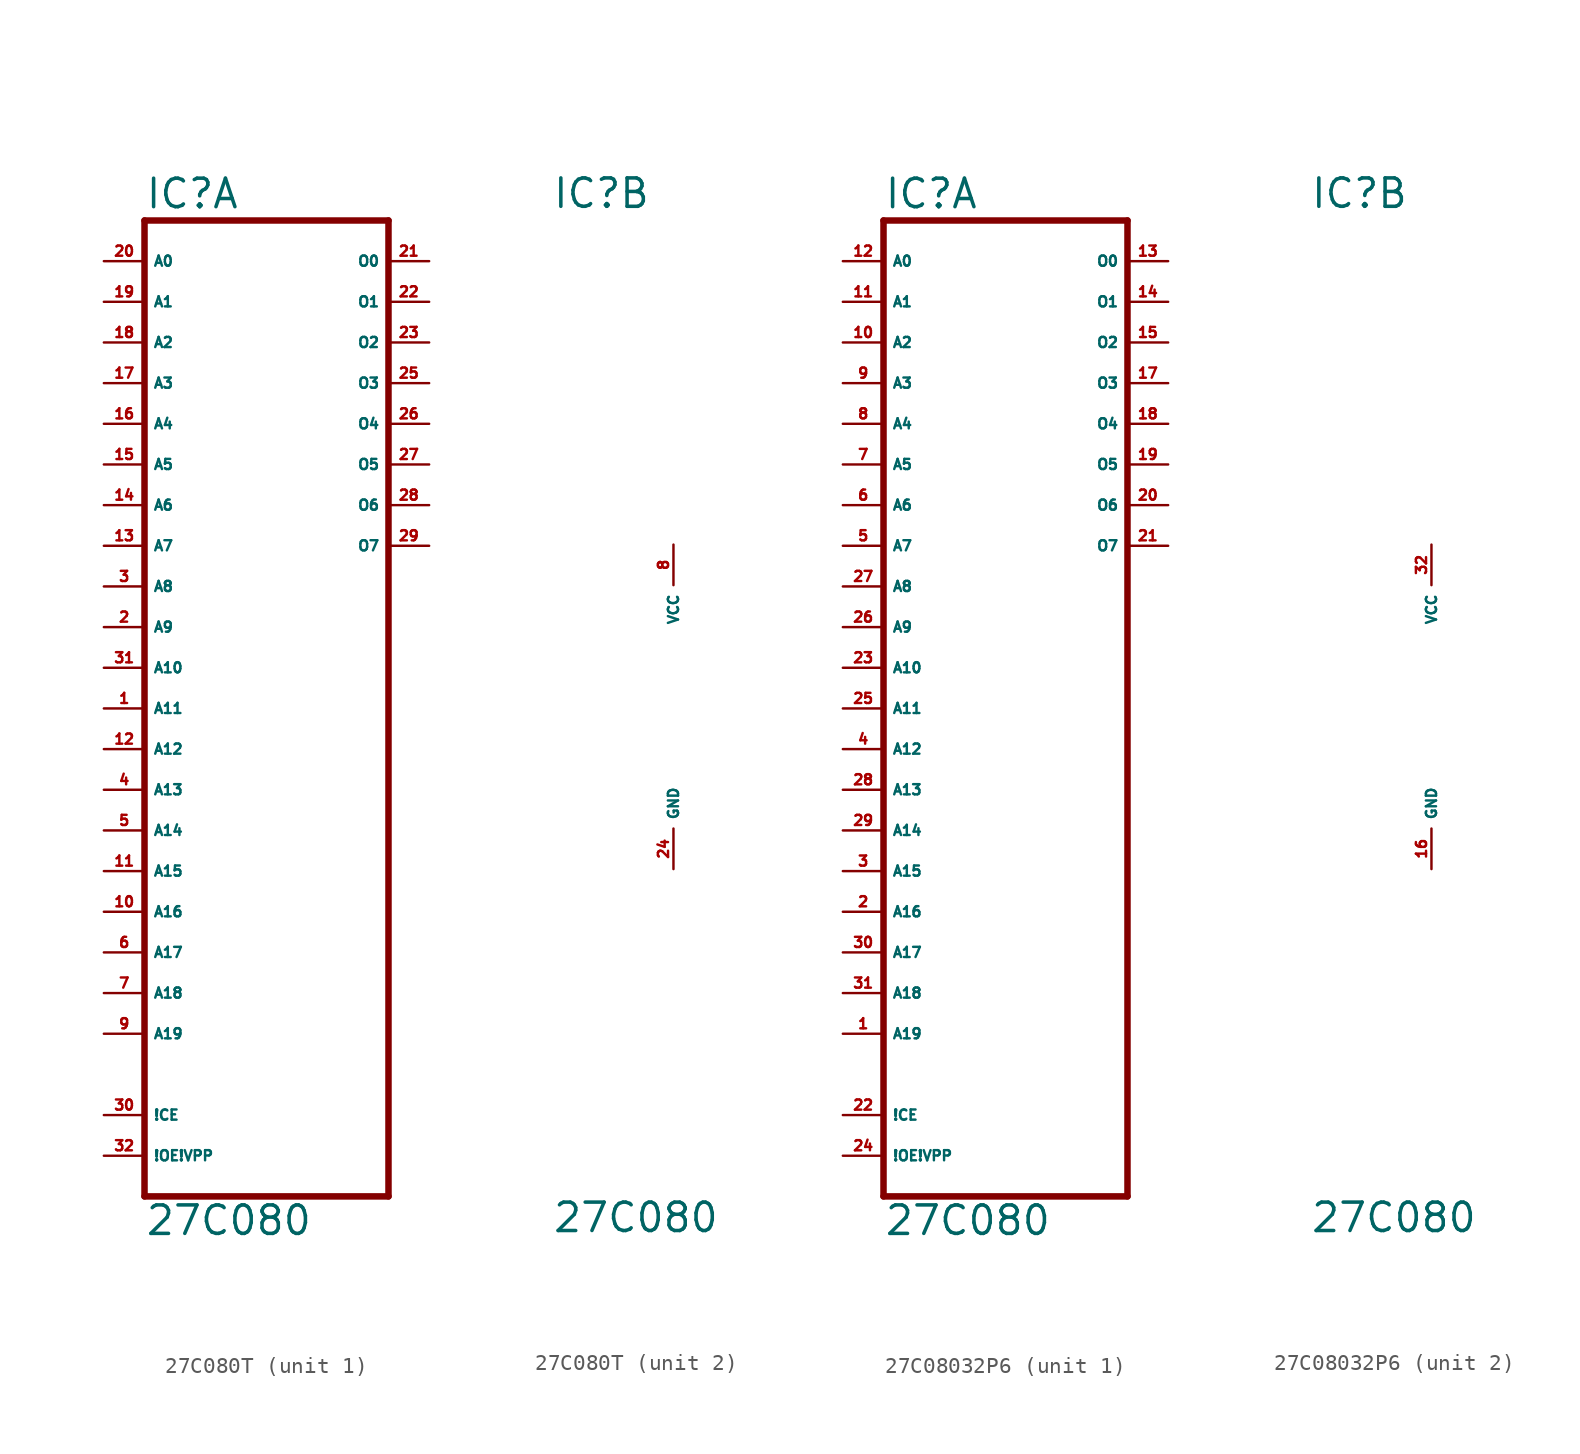
<source format=kicad_sym>
(kicad_symbol_lib
  (version 20220914)
  (generator Eagle2Kicad)
  (symbol "27C080T"
    (property "Reference" "IC"
      (at -7.62 31.115 0)
      (effects (font (size 1.778 1.778) (thickness 0.22)) (justify left bottom)))
    (property "Value" "27C080"
      (at -7.62 -33.02 0)
      (effects (font (size 1.778 1.778) (thickness 0.22)) (justify left bottom)))
    (symbol "27C080T_1_0"
      (polyline (pts (xy -7.62 -30.48) (xy 7.62 -30.48)) (stroke (width 0.406) (type default)) (fill (type none)))
      (polyline (pts (xy 7.62 -30.48) (xy 7.62 30.48)) (stroke (width 0.406) (type default)) (fill (type none)))
      (polyline (pts (xy 7.62 30.48) (xy -7.62 30.48)) (stroke (width 0.406) (type default)) (fill (type none)))
      (polyline (pts (xy -7.62 30.48) (xy -7.62 -30.48)) (stroke (width 0.406) (type default)) (fill (type none)))
      (pin input line (at -10.16 -12.7 0) (length 2.54) (name "A16" (effects (font (size 0.635 0.635) (thickness 0.08)) (justify left bottom))) (number "10" (effects (font (size 0.635 0.635) (thickness 0.08)) (justify left bottom))))
      (pin input line (at -10.16 -10.16 0) (length 2.54) (name "A15" (effects (font (size 0.635 0.635) (thickness 0.08)) (justify left bottom))) (number "11" (effects (font (size 0.635 0.635) (thickness 0.08)) (justify left bottom))))
      (pin input line (at -10.16 -2.54 0) (length 2.54) (name "A12" (effects (font (size 0.635 0.635) (thickness 0.08)) (justify left bottom))) (number "12" (effects (font (size 0.635 0.635) (thickness 0.08)) (justify left bottom))))
      (pin input line (at -10.16 10.16 0) (length 2.54) (name "A7" (effects (font (size 0.635 0.635) (thickness 0.08)) (justify left bottom))) (number "13" (effects (font (size 0.635 0.635) (thickness 0.08)) (justify left bottom))))
      (pin input line (at -10.16 12.7 0) (length 2.54) (name "A6" (effects (font (size 0.635 0.635) (thickness 0.08)) (justify left bottom))) (number "14" (effects (font (size 0.635 0.635) (thickness 0.08)) (justify left bottom))))
      (pin input line (at -10.16 15.24 0) (length 2.54) (name "A5" (effects (font (size 0.635 0.635) (thickness 0.08)) (justify left bottom))) (number "15" (effects (font (size 0.635 0.635) (thickness 0.08)) (justify left bottom))))
      (pin input line (at -10.16 17.78 0) (length 2.54) (name "A4" (effects (font (size 0.635 0.635) (thickness 0.08)) (justify left bottom))) (number "16" (effects (font (size 0.635 0.635) (thickness 0.08)) (justify left bottom))))
      (pin input line (at -10.16 20.32 0) (length 2.54) (name "A3" (effects (font (size 0.635 0.635) (thickness 0.08)) (justify left bottom))) (number "17" (effects (font (size 0.635 0.635) (thickness 0.08)) (justify left bottom))))
      (pin input line (at -10.16 22.86 0) (length 2.54) (name "A2" (effects (font (size 0.635 0.635) (thickness 0.08)) (justify left bottom))) (number "18" (effects (font (size 0.635 0.635) (thickness 0.08)) (justify left bottom))))
      (pin input line (at -10.16 25.4 0) (length 2.54) (name "A1" (effects (font (size 0.635 0.635) (thickness 0.08)) (justify left bottom))) (number "19" (effects (font (size 0.635 0.635) (thickness 0.08)) (justify left bottom))))
      (pin input line (at -10.16 27.94 0) (length 2.54) (name "A0" (effects (font (size 0.635 0.635) (thickness 0.08)) (justify left bottom))) (number "20" (effects (font (size 0.635 0.635) (thickness 0.08)) (justify left bottom))))
      (pin tri_state line (at 10.16 27.94 180) (length 2.54) (name "O0" (effects (font (size 0.635 0.635) (thickness 0.08)) (justify left bottom))) (number "21" (effects (font (size 0.635 0.635) (thickness 0.08)) (justify left bottom))))
      (pin tri_state line (at 10.16 25.4 180) (length 2.54) (name "O1" (effects (font (size 0.635 0.635) (thickness 0.08)) (justify left bottom))) (number "22" (effects (font (size 0.635 0.635) (thickness 0.08)) (justify left bottom))))
      (pin tri_state line (at 10.16 22.86 180) (length 2.54) (name "O2" (effects (font (size 0.635 0.635) (thickness 0.08)) (justify left bottom))) (number "23" (effects (font (size 0.635 0.635) (thickness 0.08)) (justify left bottom))))
      (pin tri_state line (at 10.16 20.32 180) (length 2.54) (name "O3" (effects (font (size 0.635 0.635) (thickness 0.08)) (justify left bottom))) (number "25" (effects (font (size 0.635 0.635) (thickness 0.08)) (justify left bottom))))
      (pin tri_state line (at 10.16 17.78 180) (length 2.54) (name "O4" (effects (font (size 0.635 0.635) (thickness 0.08)) (justify left bottom))) (number "26" (effects (font (size 0.635 0.635) (thickness 0.08)) (justify left bottom))))
      (pin tri_state line (at 10.16 15.24 180) (length 2.54) (name "O5" (effects (font (size 0.635 0.635) (thickness 0.08)) (justify left bottom))) (number "27" (effects (font (size 0.635 0.635) (thickness 0.08)) (justify left bottom))))
      (pin tri_state line (at 10.16 12.7 180) (length 2.54) (name "O6" (effects (font (size 0.635 0.635) (thickness 0.08)) (justify left bottom))) (number "28" (effects (font (size 0.635 0.635) (thickness 0.08)) (justify left bottom))))
      (pin tri_state line (at 10.16 10.16 180) (length 2.54) (name "O7" (effects (font (size 0.635 0.635) (thickness 0.08)) (justify left bottom))) (number "29" (effects (font (size 0.635 0.635) (thickness 0.08)) (justify left bottom))))
      (pin input line (at -10.16 -25.4 0) (length 2.54) (name "!CE" (effects (font (size 0.635 0.635) (thickness 0.08)) (justify left bottom))) (number "30" (effects (font (size 0.635 0.635) (thickness 0.08)) (justify left bottom))))
      (pin input line (at -10.16 2.54 0) (length 2.54) (name "A10" (effects (font (size 0.635 0.635) (thickness 0.08)) (justify left bottom))) (number "31" (effects (font (size 0.635 0.635) (thickness 0.08)) (justify left bottom))))
      (pin input line (at -10.16 -27.94 0) (length 2.54) (name "!OE!VPP" (effects (font (size 0.635 0.635) (thickness 0.08)) (justify left bottom))) (number "32" (effects (font (size 0.635 0.635) (thickness 0.08)) (justify left bottom))))
      (pin input line (at -10.16 0 0) (length 2.54) (name "A11" (effects (font (size 0.635 0.635) (thickness 0.08)) (justify left bottom))) (number "1" (effects (font (size 0.635 0.635) (thickness 0.08)) (justify left bottom))))
      (pin input line (at -10.16 5.08 0) (length 2.54) (name "A9" (effects (font (size 0.635 0.635) (thickness 0.08)) (justify left bottom))) (number "2" (effects (font (size 0.635 0.635) (thickness 0.08)) (justify left bottom))))
      (pin input line (at -10.16 7.62 0) (length 2.54) (name "A8" (effects (font (size 0.635 0.635) (thickness 0.08)) (justify left bottom))) (number "3" (effects (font (size 0.635 0.635) (thickness 0.08)) (justify left bottom))))
      (pin input line (at -10.16 -5.08 0) (length 2.54) (name "A13" (effects (font (size 0.635 0.635) (thickness 0.08)) (justify left bottom))) (number "4" (effects (font (size 0.635 0.635) (thickness 0.08)) (justify left bottom))))
      (pin input line (at -10.16 -7.62 0) (length 2.54) (name "A14" (effects (font (size 0.635 0.635) (thickness 0.08)) (justify left bottom))) (number "5" (effects (font (size 0.635 0.635) (thickness 0.08)) (justify left bottom))))
      (pin input line (at -10.16 -15.24 0) (length 2.54) (name "A17" (effects (font (size 0.635 0.635) (thickness 0.08)) (justify left bottom))) (number "6" (effects (font (size 0.635 0.635) (thickness 0.08)) (justify left bottom))))
      (pin input line (at -10.16 -17.78 0) (length 2.54) (name "A18" (effects (font (size 0.635 0.635) (thickness 0.08)) (justify left bottom))) (number "7" (effects (font (size 0.635 0.635) (thickness 0.08)) (justify left bottom))))
      (pin input line (at -10.16 -20.32 0) (length 2.54) (name "A19" (effects (font (size 0.635 0.635) (thickness 0.08)) (justify left bottom))) (number "9" (effects (font (size 0.635 0.635) (thickness 0.08)) (justify left bottom)))))
    (symbol "27C080T_2_0"
      (pin unspecified line (at 0 -10.16 90) (length 2.54) (name "GND" (effects (font (size 0.635 0.635) (thickness 0.08)) (justify left bottom))) (number "24" (effects (font (size 0.635 0.635) (thickness 0.08)) (justify left bottom))))
      (pin unspecified line (at 0 10.16 270) (length 2.54) (name "VCC" (effects (font (size 0.635 0.635) (thickness 0.08)) (justify left bottom))) (number "8" (effects (font (size 0.635 0.635) (thickness 0.08)) (justify left bottom))))))
  (symbol "27C08032P6"
    (property "Reference" "IC"
      (at -7.62 31.115 0)
      (effects (font (size 1.778 1.778) (thickness 0.22)) (justify left bottom)))
    (property "Value" "27C080"
      (at -7.62 -33.02 0)
      (effects (font (size 1.778 1.778) (thickness 0.22)) (justify left bottom)))
    (symbol "27C08032P6_1_0"
      (polyline (pts (xy -7.62 -30.48) (xy 7.62 -30.48)) (stroke (width 0.406) (type default)) (fill (type none)))
      (polyline (pts (xy 7.62 -30.48) (xy 7.62 30.48)) (stroke (width 0.406) (type default)) (fill (type none)))
      (polyline (pts (xy 7.62 30.48) (xy -7.62 30.48)) (stroke (width 0.406) (type default)) (fill (type none)))
      (polyline (pts (xy -7.62 30.48) (xy -7.62 -30.48)) (stroke (width 0.406) (type default)) (fill (type none)))
      (pin input line (at -10.16 -12.7 0) (length 2.54) (name "A16" (effects (font (size 0.635 0.635) (thickness 0.08)) (justify left bottom))) (number "2" (effects (font (size 0.635 0.635) (thickness 0.08)) (justify left bottom))))
      (pin input line (at -10.16 -10.16 0) (length 2.54) (name "A15" (effects (font (size 0.635 0.635) (thickness 0.08)) (justify left bottom))) (number "3" (effects (font (size 0.635 0.635) (thickness 0.08)) (justify left bottom))))
      (pin input line (at -10.16 -2.54 0) (length 2.54) (name "A12" (effects (font (size 0.635 0.635) (thickness 0.08)) (justify left bottom))) (number "4" (effects (font (size 0.635 0.635) (thickness 0.08)) (justify left bottom))))
      (pin input line (at -10.16 10.16 0) (length 2.54) (name "A7" (effects (font (size 0.635 0.635) (thickness 0.08)) (justify left bottom))) (number "5" (effects (font (size 0.635 0.635) (thickness 0.08)) (justify left bottom))))
      (pin input line (at -10.16 12.7 0) (length 2.54) (name "A6" (effects (font (size 0.635 0.635) (thickness 0.08)) (justify left bottom))) (number "6" (effects (font (size 0.635 0.635) (thickness 0.08)) (justify left bottom))))
      (pin input line (at -10.16 15.24 0) (length 2.54) (name "A5" (effects (font (size 0.635 0.635) (thickness 0.08)) (justify left bottom))) (number "7" (effects (font (size 0.635 0.635) (thickness 0.08)) (justify left bottom))))
      (pin input line (at -10.16 17.78 0) (length 2.54) (name "A4" (effects (font (size 0.635 0.635) (thickness 0.08)) (justify left bottom))) (number "8" (effects (font (size 0.635 0.635) (thickness 0.08)) (justify left bottom))))
      (pin input line (at -10.16 20.32 0) (length 2.54) (name "A3" (effects (font (size 0.635 0.635) (thickness 0.08)) (justify left bottom))) (number "9" (effects (font (size 0.635 0.635) (thickness 0.08)) (justify left bottom))))
      (pin input line (at -10.16 22.86 0) (length 2.54) (name "A2" (effects (font (size 0.635 0.635) (thickness 0.08)) (justify left bottom))) (number "10" (effects (font (size 0.635 0.635) (thickness 0.08)) (justify left bottom))))
      (pin input line (at -10.16 25.4 0) (length 2.54) (name "A1" (effects (font (size 0.635 0.635) (thickness 0.08)) (justify left bottom))) (number "11" (effects (font (size 0.635 0.635) (thickness 0.08)) (justify left bottom))))
      (pin input line (at -10.16 27.94 0) (length 2.54) (name "A0" (effects (font (size 0.635 0.635) (thickness 0.08)) (justify left bottom))) (number "12" (effects (font (size 0.635 0.635) (thickness 0.08)) (justify left bottom))))
      (pin tri_state line (at 10.16 27.94 180) (length 2.54) (name "O0" (effects (font (size 0.635 0.635) (thickness 0.08)) (justify left bottom))) (number "13" (effects (font (size 0.635 0.635) (thickness 0.08)) (justify left bottom))))
      (pin tri_state line (at 10.16 25.4 180) (length 2.54) (name "O1" (effects (font (size 0.635 0.635) (thickness 0.08)) (justify left bottom))) (number "14" (effects (font (size 0.635 0.635) (thickness 0.08)) (justify left bottom))))
      (pin tri_state line (at 10.16 22.86 180) (length 2.54) (name "O2" (effects (font (size 0.635 0.635) (thickness 0.08)) (justify left bottom))) (number "15" (effects (font (size 0.635 0.635) (thickness 0.08)) (justify left bottom))))
      (pin tri_state line (at 10.16 20.32 180) (length 2.54) (name "O3" (effects (font (size 0.635 0.635) (thickness 0.08)) (justify left bottom))) (number "17" (effects (font (size 0.635 0.635) (thickness 0.08)) (justify left bottom))))
      (pin tri_state line (at 10.16 17.78 180) (length 2.54) (name "O4" (effects (font (size 0.635 0.635) (thickness 0.08)) (justify left bottom))) (number "18" (effects (font (size 0.635 0.635) (thickness 0.08)) (justify left bottom))))
      (pin tri_state line (at 10.16 15.24 180) (length 2.54) (name "O5" (effects (font (size 0.635 0.635) (thickness 0.08)) (justify left bottom))) (number "19" (effects (font (size 0.635 0.635) (thickness 0.08)) (justify left bottom))))
      (pin tri_state line (at 10.16 12.7 180) (length 2.54) (name "O6" (effects (font (size 0.635 0.635) (thickness 0.08)) (justify left bottom))) (number "20" (effects (font (size 0.635 0.635) (thickness 0.08)) (justify left bottom))))
      (pin tri_state line (at 10.16 10.16 180) (length 2.54) (name "O7" (effects (font (size 0.635 0.635) (thickness 0.08)) (justify left bottom))) (number "21" (effects (font (size 0.635 0.635) (thickness 0.08)) (justify left bottom))))
      (pin input line (at -10.16 -25.4 0) (length 2.54) (name "!CE" (effects (font (size 0.635 0.635) (thickness 0.08)) (justify left bottom))) (number "22" (effects (font (size 0.635 0.635) (thickness 0.08)) (justify left bottom))))
      (pin input line (at -10.16 2.54 0) (length 2.54) (name "A10" (effects (font (size 0.635 0.635) (thickness 0.08)) (justify left bottom))) (number "23" (effects (font (size 0.635 0.635) (thickness 0.08)) (justify left bottom))))
      (pin input line (at -10.16 -27.94 0) (length 2.54) (name "!OE!VPP" (effects (font (size 0.635 0.635) (thickness 0.08)) (justify left bottom))) (number "24" (effects (font (size 0.635 0.635) (thickness 0.08)) (justify left bottom))))
      (pin input line (at -10.16 0 0) (length 2.54) (name "A11" (effects (font (size 0.635 0.635) (thickness 0.08)) (justify left bottom))) (number "25" (effects (font (size 0.635 0.635) (thickness 0.08)) (justify left bottom))))
      (pin input line (at -10.16 5.08 0) (length 2.54) (name "A9" (effects (font (size 0.635 0.635) (thickness 0.08)) (justify left bottom))) (number "26" (effects (font (size 0.635 0.635) (thickness 0.08)) (justify left bottom))))
      (pin input line (at -10.16 7.62 0) (length 2.54) (name "A8" (effects (font (size 0.635 0.635) (thickness 0.08)) (justify left bottom))) (number "27" (effects (font (size 0.635 0.635) (thickness 0.08)) (justify left bottom))))
      (pin input line (at -10.16 -5.08 0) (length 2.54) (name "A13" (effects (font (size 0.635 0.635) (thickness 0.08)) (justify left bottom))) (number "28" (effects (font (size 0.635 0.635) (thickness 0.08)) (justify left bottom))))
      (pin input line (at -10.16 -7.62 0) (length 2.54) (name "A14" (effects (font (size 0.635 0.635) (thickness 0.08)) (justify left bottom))) (number "29" (effects (font (size 0.635 0.635) (thickness 0.08)) (justify left bottom))))
      (pin input line (at -10.16 -15.24 0) (length 2.54) (name "A17" (effects (font (size 0.635 0.635) (thickness 0.08)) (justify left bottom))) (number "30" (effects (font (size 0.635 0.635) (thickness 0.08)) (justify left bottom))))
      (pin input line (at -10.16 -17.78 0) (length 2.54) (name "A18" (effects (font (size 0.635 0.635) (thickness 0.08)) (justify left bottom))) (number "31" (effects (font (size 0.635 0.635) (thickness 0.08)) (justify left bottom))))
      (pin input line (at -10.16 -20.32 0) (length 2.54) (name "A19" (effects (font (size 0.635 0.635) (thickness 0.08)) (justify left bottom))) (number "1" (effects (font (size 0.635 0.635) (thickness 0.08)) (justify left bottom)))))
    (symbol "27C08032P6_2_0"
      (pin unspecified line (at 0 -10.16 90) (length 2.54) (name "GND" (effects (font (size 0.635 0.635) (thickness 0.08)) (justify left bottom))) (number "16" (effects (font (size 0.635 0.635) (thickness 0.08)) (justify left bottom))))
      (pin unspecified line (at 0 10.16 270) (length 2.54) (name "VCC" (effects (font (size 0.635 0.635) (thickness 0.08)) (justify left bottom))) (number "32" (effects (font (size 0.635 0.635) (thickness 0.08)) (justify left bottom)))))))
</source>
